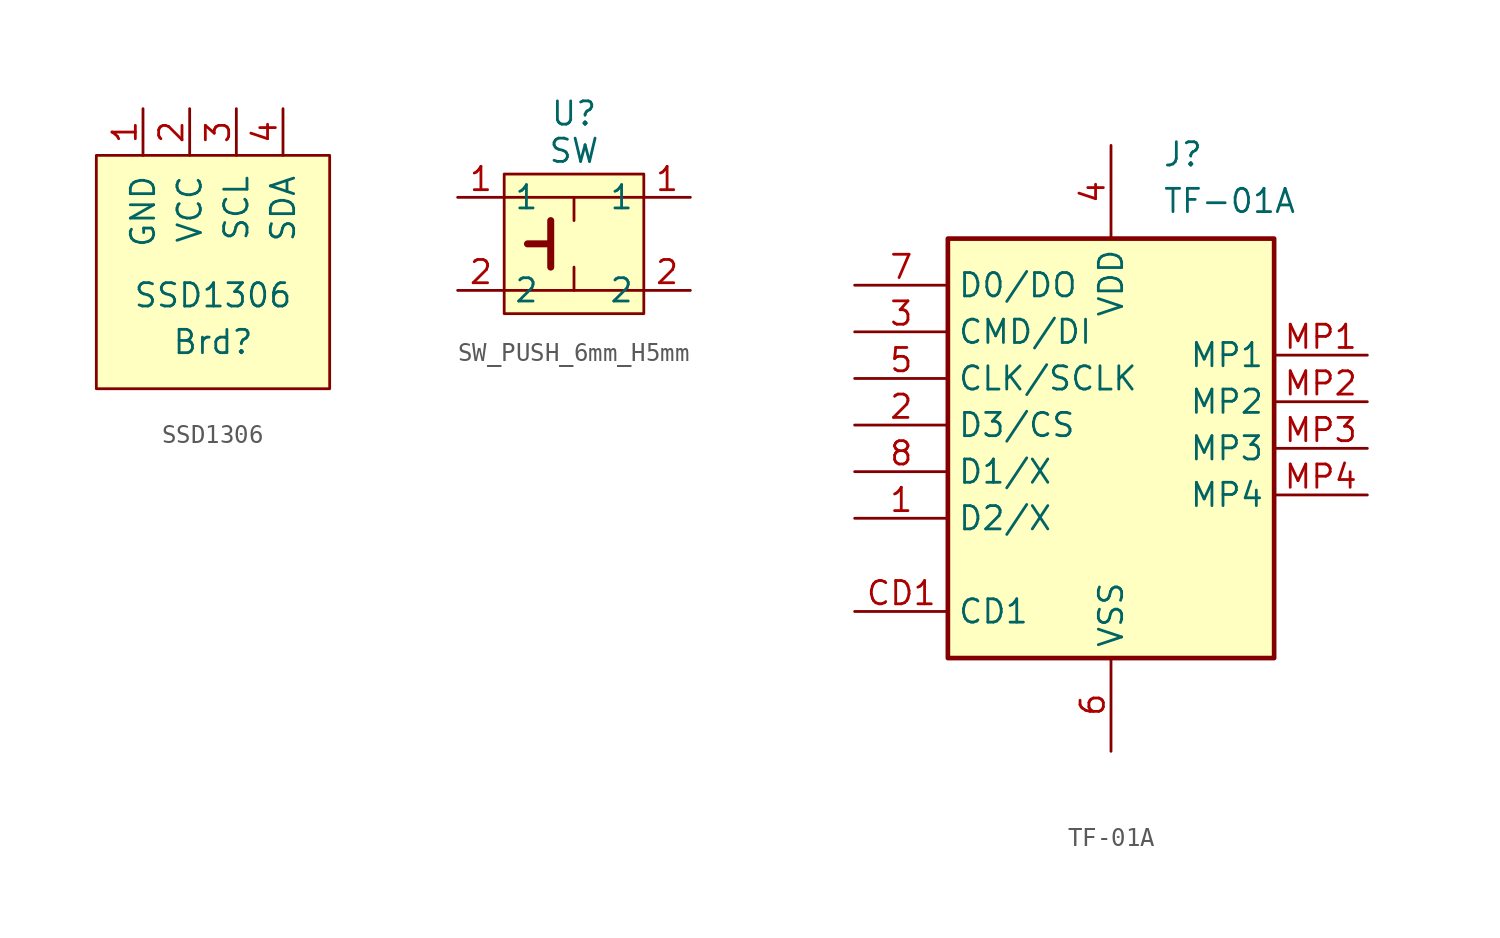
<source format=kicad_sym>
(kicad_symbol_lib
  (version 20231120)
  (generator "kicad_symbol_editor")
  (generator_version "8.0")
  (symbol "SSD1306"
    (pin_names
      (offset 1.016))
    (property "Reference" "Brd"
      (at 0 -3.81 0)
      (effects (font (size 1.27 1.27))))
    (property "Value" "SSD1306"
      (at 0 -1.27 0)
      (effects (font (size 1.27 1.27))))
    (symbol "SSD1306_0_1"
      (rectangle (start -6.35 6.35) (end 6.35 -6.35) (stroke (width 0) (type solid)) (fill (type background))))
    (symbol "SSD1306_1_1"
      (pin power_in line (at -3.81 8.89 270) (length 2.54) (name "GND" (effects (font (size 1.27 1.27)))) (number "1" (effects (font (size 1.27 1.27)))))
      (pin power_in line (at -1.27 8.89 270) (length 2.54) (name "VCC" (effects (font (size 1.27 1.27)))) (number "2" (effects (font (size 1.27 1.27)))))
      (pin input line (at 1.27 8.89 270) (length 2.54) (name "SCL" (effects (font (size 1.27 1.27)))) (number "3" (effects (font (size 1.27 1.27)))))
      (pin input line (at 3.81 8.89 270) (length 2.54) (name "SDA" (effects (font (size 1.27 1.27)))) (number "4" (effects (font (size 1.27 1.27)))))))
  (symbol "SW_PUSH_6mm_H5mm"
    (property "Reference" "U"
      (at 0 5.842 0)
      (effects (font (size 1.27 1.27))))
    (property "Value" "SW"
      (at 0 3.81 0)
      (effects (font (size 1.27 1.27))))
    (symbol "SW_PUSH_6mm_H5mm_0_1"
      (polyline (pts (xy -3.81 -3.81) (xy 3.81 -3.81)) (stroke (width 0) (type default)) (fill (type none)))
      (polyline (pts (xy -3.81 1.27) (xy 3.81 1.27)) (stroke (width 0) (type default)) (fill (type none)))
      (polyline (pts (xy 0 -3.81) (xy 0 -2.54)) (stroke (width 0) (type default)) (fill (type none)))
      (polyline (pts (xy 0 1.27) (xy 0 0)) (stroke (width 0) (type default)) (fill (type none))))
    (symbol "SW_PUSH_6mm_H5mm_1_1"
      (rectangle (start -3.81 2.54) (end 3.81 -5.08) (stroke (width 0) (type default)) (fill (type background)))
      (polyline (pts (xy -2.54 -1.27) (xy -1.27 -1.27) (xy -1.27 0) (xy -1.27 -2.54)) (stroke (width 0.381) (type default)) (fill (type none)))
      (pin passive line (at -6.35 1.27 0) (length 2.54) (name "1" (effects (font (size 1.27 1.27)))) (number "1" (effects (font (size 1.27 1.27)))))
      (pin passive line (at 6.35 1.27 180) (length 2.54) (name "1" (effects (font (size 1.27 1.27)))) (number "1" (effects (font (size 1.27 1.27)))))
      (pin passive line (at -6.35 -3.81 0) (length 2.54) (name "2" (effects (font (size 1.27 1.27)))) (number "2" (effects (font (size 1.27 1.27)))))
      (pin passive line (at 6.35 -3.81 180) (length 2.54) (name "2" (effects (font (size 1.27 1.27)))) (number "2" (effects (font (size 1.27 1.27)))))))
  (symbol "TF-01A"
    (property "Reference" "J"
      (at 11.684 5.334 0)
      (effects (font (size 1.27 1.27)) (justify left top)))
    (property "Value" "TF-01A"
      (at 11.684 2.794 0)
      (effects (font (size 1.27 1.27)) (justify left top)))
    (symbol "TF-01A_1_1"
      (rectangle (start 0 0) (end 17.78 -22.86) (stroke (width 0.254) (type default)) (fill (type background)))
      (pin passive line (at -5.08 -15.24 0) (length 5.08) (name "D2/X" (effects (font (size 1.27 1.27)))) (number "1" (effects (font (size 1.27 1.27)))))
      (pin passive line (at -5.08 -10.16 0) (length 5.08) (name "D3/CS" (effects (font (size 1.27 1.27)))) (number "2" (effects (font (size 1.27 1.27)))))
      (pin passive line (at -5.08 -5.08 0) (length 5.08) (name "CMD/DI" (effects (font (size 1.27 1.27)))) (number "3" (effects (font (size 1.27 1.27)))))
      (pin passive line (at 8.89 5.08 270) (length 5.08) (name "VDD" (effects (font (size 1.27 1.27)))) (number "4" (effects (font (size 1.27 1.27)))))
      (pin passive line (at -5.08 -7.62 0) (length 5.08) (name "CLK/SCLK" (effects (font (size 1.27 1.27)))) (number "5" (effects (font (size 1.27 1.27)))))
      (pin passive line (at 8.89 -27.94 90) (length 5.08) (name "VSS" (effects (font (size 1.27 1.27)))) (number "6" (effects (font (size 1.27 1.27)))))
      (pin passive line (at -5.08 -2.54 0) (length 5.08) (name "D0/DO" (effects (font (size 1.27 1.27)))) (number "7" (effects (font (size 1.27 1.27)))))
      (pin passive line (at -5.08 -12.7 0) (length 5.08) (name "D1/X" (effects (font (size 1.27 1.27)))) (number "8" (effects (font (size 1.27 1.27)))))
      (pin passive line (at -5.08 -20.32 0) (length 5.08) (name "CD1" (effects (font (size 1.27 1.27)))) (number "CD1" (effects (font (size 1.27 1.27)))))
      (pin passive line (at 22.86 -6.35 180) (length 5.08) (name "MP1" (effects (font (size 1.27 1.27)))) (number "MP1" (effects (font (size 1.27 1.27)))))
      (pin passive line (at 22.86 -8.89 180) (length 5.08) (name "MP2" (effects (font (size 1.27 1.27)))) (number "MP2" (effects (font (size 1.27 1.27)))))
      (pin passive line (at 22.86 -11.43 180) (length 5.08) (name "MP3" (effects (font (size 1.27 1.27)))) (number "MP3" (effects (font (size 1.27 1.27)))))
      (pin passive line (at 22.86 -13.97 180) (length 5.08) (name "MP4" (effects (font (size 1.27 1.27)))) (number "MP4" (effects (font (size 1.27 1.27))))))))
</source>
